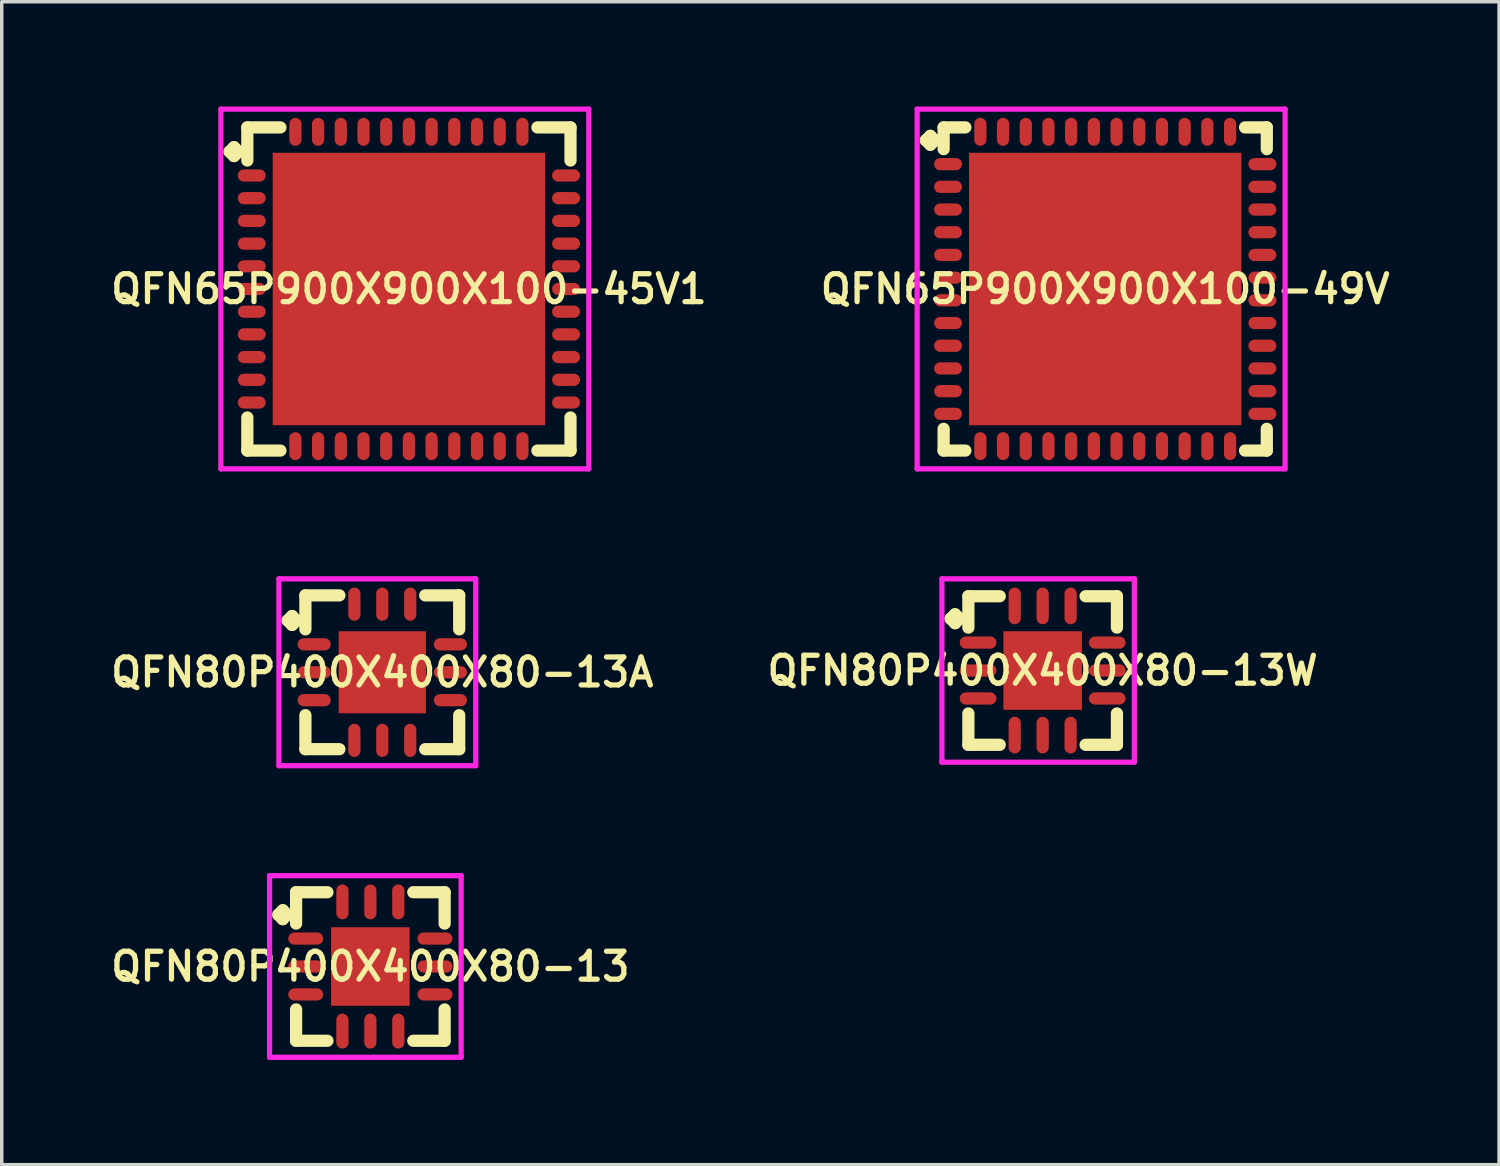
<source format=kicad_pcb>
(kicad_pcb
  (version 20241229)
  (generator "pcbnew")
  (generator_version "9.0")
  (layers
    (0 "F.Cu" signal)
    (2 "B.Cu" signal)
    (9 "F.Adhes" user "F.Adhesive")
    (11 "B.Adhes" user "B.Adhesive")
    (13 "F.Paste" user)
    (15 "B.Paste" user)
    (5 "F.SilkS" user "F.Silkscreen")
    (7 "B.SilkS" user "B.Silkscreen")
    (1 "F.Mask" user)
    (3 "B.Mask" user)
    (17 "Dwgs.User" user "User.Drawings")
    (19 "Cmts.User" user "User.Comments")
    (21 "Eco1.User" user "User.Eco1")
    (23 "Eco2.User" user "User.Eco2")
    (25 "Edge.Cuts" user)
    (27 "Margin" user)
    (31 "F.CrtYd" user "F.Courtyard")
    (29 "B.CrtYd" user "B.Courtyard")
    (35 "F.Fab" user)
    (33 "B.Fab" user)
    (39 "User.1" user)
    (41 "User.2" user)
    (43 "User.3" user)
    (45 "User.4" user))
  (footprint "QFN80P400X400X80-13W"
    (layer "F.Cu")
    (at 26.806 16.15)
    (property "Reference" "QFN80P400X400X80-13W" (at 0 0 0) (layer "F.SilkS") (effects (font (size 0.8 0.8) (thickness 0.15))))
    (attr smd)
    (fp_line (start -2.635 -1.483) (end -2.508 -1.61) (stroke (width 0.35) (type solid)) (layer "F.SilkS"))
    (fp_line (start -2.508 -1.61) (end -2.381 -1.483) (stroke (width 0.35) (type solid)) (layer "F.SilkS"))
    (fp_line (start -2.508 -1.356) (end -2.635 -1.483) (stroke (width 0.35) (type solid)) (layer "F.SilkS"))
    (fp_line (start -2.381 -1.483) (end -2.508 -1.356) (stroke (width 0.35) (type solid)) (layer "F.SilkS"))
    (fp_line (start -2.127 -2.127) (end -1.229 -2.127) (stroke (width 0.35) (type solid)) (layer "F.SilkS"))
    (fp_line (start -2.127 -1.229) (end -2.127 -2.127) (stroke (width 0.35) (type solid)) (layer "F.SilkS"))
    (fp_line (start -2.127 1.229) (end -2.127 2.127) (stroke (width 0.35) (type solid)) (layer "F.SilkS"))
    (fp_line (start -2.127 2.127) (end -1.229 2.127) (stroke (width 0.35) (type solid)) (layer "F.SilkS"))
    (fp_line (start 1.229 -2.127) (end 2.127 -2.127) (stroke (width 0.35) (type solid)) (layer "F.SilkS"))
    (fp_line (start 1.229 2.127) (end 2.127 2.127) (stroke (width 0.35) (type solid)) (layer "F.SilkS"))
    (fp_line (start 2.127 -2.127) (end 2.127 -1.229) (stroke (width 0.35) (type solid)) (layer "F.SilkS"))
    (fp_line (start 2.127 2.127) (end 2.127 1.229) (stroke (width 0.35) (type solid)) (layer "F.SilkS"))
    (fp_line (start -2.885 -2.625) (end 2.625 -2.625) (stroke (width 0.15) (type solid)) (layer "F.CrtYd"))
    (fp_line (start -2.885 2.625) (end -2.885 -2.625) (stroke (width 0.15) (type solid)) (layer "F.CrtYd"))
    (fp_line (start 2.625 -2.625) (end 2.625 2.625) (stroke (width 0.15) (type solid)) (layer "F.CrtYd"))
    (fp_line (start 2.625 2.625) (end -2.885 2.625) (stroke (width 0.15) (type solid)) (layer "F.CrtYd"))
    (pad "1" smd oval (at -1.85 -0.8) (size 1.05 0.35) (layers "F.Cu" "F.Mask" "F.Paste"))
    (pad "2" smd oval (at -1.85 0) (size 1.05 0.35) (layers "F.Cu" "F.Mask" "F.Paste"))
    (pad "3" smd oval (at -1.85 0.8) (size 1.05 0.35) (layers "F.Cu" "F.Mask" "F.Paste"))
    (pad "4" smd oval (at -0.8 1.85) (size 0.35 1.05) (layers "F.Cu" "F.Mask" "F.Paste"))
    (pad "5" smd oval (at 0 1.85) (size 0.35 1.05) (layers "F.Cu" "F.Mask" "F.Paste"))
    (pad "6" smd oval (at 0.8 1.85) (size 0.35 1.05) (layers "F.Cu" "F.Mask" "F.Paste"))
    (pad "7" smd oval (at 1.85 0.8) (size 1.05 0.35) (layers "F.Cu" "F.Mask" "F.Paste"))
    (pad "8" smd oval (at 1.85 0) (size 1.05 0.35) (layers "F.Cu" "F.Mask" "F.Paste"))
    (pad "9" smd oval (at 1.85 -0.8) (size 1.05 0.35) (layers "F.Cu" "F.Mask" "F.Paste"))
    (pad "10" smd oval (at 0.8 -1.85) (size 0.35 1.05) (layers "F.Cu" "F.Mask" "F.Paste"))
    (pad "11" smd oval (at 0 -1.85) (size 0.35 1.05) (layers "F.Cu" "F.Mask" "F.Paste"))
    (pad "12" smd oval (at -0.8 -1.85) (size 0.35 1.05) (layers "F.Cu" "F.Mask" "F.Paste"))
    (pad "13" smd rect (at 0 0) (size 2.25 2.25) (layers "F.Cu" "F.Mask" "F.Paste")))
  (footprint "QFN80P400X400X80-13A"
    (layer "F.Cu")
    (at 7.897 16.2)
    (property "Reference" "QFN80P400X400X80-13A" (at 0 0 0) (layer "F.SilkS") (effects (font (size 0.8 0.8) (thickness 0.15))))
    (attr smd)
    (fp_line (start -2.71 -1.483) (end -2.583 -1.61) (stroke (width 0.35) (type solid)) (layer "F.SilkS"))
    (fp_line (start -2.583 -1.61) (end -2.456 -1.483) (stroke (width 0.35) (type solid)) (layer "F.SilkS"))
    (fp_line (start -2.583 -1.356) (end -2.71 -1.483) (stroke (width 0.35) (type solid)) (layer "F.SilkS"))
    (fp_line (start -2.456 -1.483) (end -2.583 -1.356) (stroke (width 0.35) (type solid)) (layer "F.SilkS"))
    (fp_line (start -2.202 -2.202) (end -1.229 -2.202) (stroke (width 0.35) (type solid)) (layer "F.SilkS"))
    (fp_line (start -2.202 -1.229) (end -2.202 -2.202) (stroke (width 0.35) (type solid)) (layer "F.SilkS"))
    (fp_line (start -2.202 1.229) (end -2.202 2.202) (stroke (width 0.35) (type solid)) (layer "F.SilkS"))
    (fp_line (start -2.202 2.202) (end -1.229 2.202) (stroke (width 0.35) (type solid)) (layer "F.SilkS"))
    (fp_line (start 1.229 -2.202) (end 2.202 -2.202) (stroke (width 0.35) (type solid)) (layer "F.SilkS"))
    (fp_line (start 1.229 2.202) (end 2.202 2.202) (stroke (width 0.35) (type solid)) (layer "F.SilkS"))
    (fp_line (start 2.202 -2.202) (end 2.202 -1.229) (stroke (width 0.35) (type solid)) (layer "F.SilkS"))
    (fp_line (start 2.202 2.202) (end 2.202 1.229) (stroke (width 0.35) (type solid)) (layer "F.SilkS"))
    (fp_line (start -2.96 -2.675) (end 2.675 -2.675) (stroke (width 0.15) (type solid)) (layer "F.CrtYd"))
    (fp_line (start -2.96 2.675) (end -2.96 -2.675) (stroke (width 0.15) (type solid)) (layer "F.CrtYd"))
    (fp_line (start 2.675 -2.675) (end 2.675 2.675) (stroke (width 0.15) (type solid)) (layer "F.CrtYd"))
    (fp_line (start 2.675 2.675) (end -2.96 2.675) (stroke (width 0.15) (type solid)) (layer "F.CrtYd"))
    (pad "1" smd oval (at -1.95 -0.8) (size 0.95 0.35) (layers "F.Cu" "F.Mask" "F.Paste"))
    (pad "2" smd oval (at -1.95 0) (size 0.95 0.35) (layers "F.Cu" "F.Mask" "F.Paste"))
    (pad "3" smd oval (at -1.95 0.8) (size 0.95 0.35) (layers "F.Cu" "F.Mask" "F.Paste"))
    (pad "4" smd oval (at -0.8 1.95) (size 0.35 0.95) (layers "F.Cu" "F.Mask" "F.Paste"))
    (pad "5" smd oval (at 0 1.95) (size 0.35 0.95) (layers "F.Cu" "F.Mask" "F.Paste"))
    (pad "6" smd oval (at 0.8 1.95) (size 0.35 0.95) (layers "F.Cu" "F.Mask" "F.Paste"))
    (pad "7" smd oval (at 1.95 0.8) (size 0.95 0.35) (layers "F.Cu" "F.Mask" "F.Paste"))
    (pad "8" smd oval (at 1.95 0) (size 0.95 0.35) (layers "F.Cu" "F.Mask" "F.Paste"))
    (pad "9" smd oval (at 1.95 -0.8) (size 0.95 0.35) (layers "F.Cu" "F.Mask" "F.Paste"))
    (pad "10" smd oval (at 0.8 -1.95) (size 0.35 0.95) (layers "F.Cu" "F.Mask" "F.Paste"))
    (pad "11" smd oval (at 0 -1.95) (size 0.35 0.95) (layers "F.Cu" "F.Mask" "F.Paste"))
    (pad "12" smd oval (at -0.8 -1.95) (size 0.35 0.95) (layers "F.Cu" "F.Mask" "F.Paste"))
    (pad "13" smd rect (at 0 0) (size 2.5 2.35) (layers "F.Cu" "F.Mask" "F.Paste")))
  (footprint "QFN80P400X400X80-13"
    (layer "F.Cu")
    (at 7.555 24.625)
    (property "Reference" "QFN80P400X400X80-13" (at 0 0 0) (layer "F.SilkS") (effects (font (size 0.8 0.8) (thickness 0.15))))
    (attr smd)
    (fp_line (start -2.635 -1.483) (end -2.508 -1.61) (stroke (width 0.35) (type solid)) (layer "F.SilkS"))
    (fp_line (start -2.508 -1.61) (end -2.381 -1.483) (stroke (width 0.35) (type solid)) (layer "F.SilkS"))
    (fp_line (start -2.508 -1.356) (end -2.635 -1.483) (stroke (width 0.35) (type solid)) (layer "F.SilkS"))
    (fp_line (start -2.381 -1.483) (end -2.508 -1.356) (stroke (width 0.35) (type solid)) (layer "F.SilkS"))
    (fp_line (start -2.127 -2.127) (end -1.229 -2.127) (stroke (width 0.35) (type solid)) (layer "F.SilkS"))
    (fp_line (start -2.127 -1.229) (end -2.127 -2.127) (stroke (width 0.35) (type solid)) (layer "F.SilkS"))
    (fp_line (start -2.127 1.229) (end -2.127 2.127) (stroke (width 0.35) (type solid)) (layer "F.SilkS"))
    (fp_line (start -2.127 2.127) (end -1.229 2.127) (stroke (width 0.35) (type solid)) (layer "F.SilkS"))
    (fp_line (start 1.229 -2.127) (end 2.127 -2.127) (stroke (width 0.35) (type solid)) (layer "F.SilkS"))
    (fp_line (start 1.229 2.127) (end 2.127 2.127) (stroke (width 0.35) (type solid)) (layer "F.SilkS"))
    (fp_line (start 2.127 -2.127) (end 2.127 -1.229) (stroke (width 0.35) (type solid)) (layer "F.SilkS"))
    (fp_line (start 2.127 2.127) (end 2.127 1.229) (stroke (width 0.35) (type solid)) (layer "F.SilkS"))
    (fp_line (start -2.885 -2.6) (end 2.6 -2.6) (stroke (width 0.15) (type solid)) (layer "F.CrtYd"))
    (fp_line (start -2.885 2.6) (end -2.885 -2.6) (stroke (width 0.15) (type solid)) (layer "F.CrtYd"))
    (fp_line (start 2.6 -2.6) (end 2.6 2.6) (stroke (width 0.15) (type solid)) (layer "F.CrtYd"))
    (fp_line (start 2.6 2.6) (end -2.885 2.6) (stroke (width 0.15) (type solid)) (layer "F.CrtYd"))
    (pad "1" smd oval (at -1.85 -0.8) (size 1 0.35) (layers "F.Cu" "F.Mask" "F.Paste"))
    (pad "2" smd oval (at -1.85 0) (size 1 0.35) (layers "F.Cu" "F.Mask" "F.Paste"))
    (pad "3" smd oval (at -1.85 0.8) (size 1 0.35) (layers "F.Cu" "F.Mask" "F.Paste"))
    (pad "4" smd oval (at -0.8 1.85) (size 0.35 1) (layers "F.Cu" "F.Mask" "F.Paste"))
    (pad "5" smd oval (at 0 1.85) (size 0.35 1) (layers "F.Cu" "F.Mask" "F.Paste"))
    (pad "6" smd oval (at 0.8 1.85) (size 0.35 1) (layers "F.Cu" "F.Mask" "F.Paste"))
    (pad "7" smd oval (at 1.85 0.8) (size 1 0.35) (layers "F.Cu" "F.Mask" "F.Paste"))
    (pad "8" smd oval (at 1.85 0) (size 1 0.35) (layers "F.Cu" "F.Mask" "F.Paste"))
    (pad "9" smd oval (at 1.85 -0.8) (size 1 0.35) (layers "F.Cu" "F.Mask" "F.Paste"))
    (pad "10" smd oval (at 0.8 -1.85) (size 0.35 1) (layers "F.Cu" "F.Mask" "F.Paste"))
    (pad "11" smd oval (at 0 -1.85) (size 0.35 1) (layers "F.Cu" "F.Mask" "F.Paste"))
    (pad "12" smd oval (at -0.8 -1.85) (size 0.35 1) (layers "F.Cu" "F.Mask" "F.Paste"))
    (pad "13" smd rect (at 0 0) (size 2.25 2.25) (layers "F.Cu" "F.Mask" "F.Paste")))
  (footprint "QFN65P900X900X100-49V"
    (layer "F.Cu")
    (at 28.597 5.225)
    (property "Reference" "QFN65P900X900X100-49V" (at 0 0 0) (layer "F.SilkS") (effects (font (size 0.8 0.8) (thickness 0.15))))
    (attr smd)
    (fp_line (start -5.135 -4.258) (end -5.008 -4.385) (stroke (width 0.35) (type solid)) (layer "F.SilkS"))
    (fp_line (start -5.008 -4.385) (end -4.881 -4.258) (stroke (width 0.35) (type solid)) (layer "F.SilkS"))
    (fp_line (start -5.008 -4.131) (end -5.135 -4.258) (stroke (width 0.35) (type solid)) (layer "F.SilkS"))
    (fp_line (start -4.881 -4.258) (end -5.008 -4.131) (stroke (width 0.35) (type solid)) (layer "F.SilkS"))
    (fp_line (start -4.627 -4.627) (end -4.004 -4.627) (stroke (width 0.35) (type solid)) (layer "F.SilkS"))
    (fp_line (start -4.627 -4.004) (end -4.627 -4.627) (stroke (width 0.35) (type solid)) (layer "F.SilkS"))
    (fp_line (start -4.627 4.004) (end -4.627 4.627) (stroke (width 0.35) (type solid)) (layer "F.SilkS"))
    (fp_line (start -4.627 4.627) (end -4.004 4.627) (stroke (width 0.35) (type solid)) (layer "F.SilkS"))
    (fp_line (start 4.004 -4.627) (end 4.627 -4.627) (stroke (width 0.35) (type solid)) (layer "F.SilkS"))
    (fp_line (start 4.004 4.627) (end 4.627 4.627) (stroke (width 0.35) (type solid)) (layer "F.SilkS"))
    (fp_line (start 4.627 -4.627) (end 4.627 -4.004) (stroke (width 0.35) (type solid)) (layer "F.SilkS"))
    (fp_line (start 4.627 4.627) (end 4.627 4.004) (stroke (width 0.35) (type solid)) (layer "F.SilkS"))
    (fp_line (start -5.385 -5.15) (end 5.15 -5.15) (stroke (width 0.15) (type solid)) (layer "F.CrtYd"))
    (fp_line (start -5.385 5.15) (end -5.385 -5.15) (stroke (width 0.15) (type solid)) (layer "F.CrtYd"))
    (fp_line (start 5.15 -5.15) (end 5.15 5.15) (stroke (width 0.15) (type solid)) (layer "F.CrtYd"))
    (fp_line (start 5.15 5.15) (end -5.385 5.15) (stroke (width 0.15) (type solid)) (layer "F.CrtYd"))
    (pad "1" smd oval (at -4.5 -3.575) (size 0.8 0.35) (layers "F.Cu" "F.Mask" "F.Paste"))
    (pad "2" smd oval (at -4.5 -2.925) (size 0.8 0.35) (layers "F.Cu" "F.Mask" "F.Paste"))
    (pad "3" smd oval (at -4.5 -2.275) (size 0.8 0.35) (layers "F.Cu" "F.Mask" "F.Paste"))
    (pad "4" smd oval (at -4.5 -1.625) (size 0.8 0.35) (layers "F.Cu" "F.Mask" "F.Paste"))
    (pad "5" smd oval (at -4.5 -0.975) (size 0.8 0.35) (layers "F.Cu" "F.Mask" "F.Paste"))
    (pad "6" smd oval (at -4.5 -0.325) (size 0.8 0.35) (layers "F.Cu" "F.Mask" "F.Paste"))
    (pad "7" smd oval (at -4.5 0.325) (size 0.8 0.35) (layers "F.Cu" "F.Mask" "F.Paste"))
    (pad "8" smd oval (at -4.5 0.975) (size 0.8 0.35) (layers "F.Cu" "F.Mask" "F.Paste"))
    (pad "9" smd oval (at -4.5 1.625) (size 0.8 0.35) (layers "F.Cu" "F.Mask" "F.Paste"))
    (pad "10" smd oval (at -4.5 2.275) (size 0.8 0.35) (layers "F.Cu" "F.Mask" "F.Paste"))
    (pad "11" smd oval (at -4.5 2.925) (size 0.8 0.35) (layers "F.Cu" "F.Mask" "F.Paste"))
    (pad "12" smd oval (at -4.5 3.575) (size 0.8 0.35) (layers "F.Cu" "F.Mask" "F.Paste"))
    (pad "13" smd oval (at -3.575 4.5) (size 0.35 0.8) (layers "F.Cu" "F.Mask" "F.Paste"))
    (pad "14" smd oval (at -2.925 4.5) (size 0.35 0.8) (layers "F.Cu" "F.Mask" "F.Paste"))
    (pad "15" smd oval (at -2.275 4.5) (size 0.35 0.8) (layers "F.Cu" "F.Mask" "F.Paste"))
    (pad "16" smd oval (at -1.625 4.5) (size 0.35 0.8) (layers "F.Cu" "F.Mask" "F.Paste"))
    (pad "17" smd oval (at -0.975 4.5) (size 0.35 0.8) (layers "F.Cu" "F.Mask" "F.Paste"))
    (pad "18" smd oval (at -0.325 4.5) (size 0.35 0.8) (layers "F.Cu" "F.Mask" "F.Paste"))
    (pad "19" smd oval (at 0.325 4.5) (size 0.35 0.8) (layers "F.Cu" "F.Mask" "F.Paste"))
    (pad "20" smd oval (at 0.975 4.5) (size 0.35 0.8) (layers "F.Cu" "F.Mask" "F.Paste"))
    (pad "21" smd oval (at 1.625 4.5) (size 0.35 0.8) (layers "F.Cu" "F.Mask" "F.Paste"))
    (pad "22" smd oval (at 2.275 4.5) (size 0.35 0.8) (layers "F.Cu" "F.Mask" "F.Paste"))
    (pad "23" smd oval (at 2.925 4.5) (size 0.35 0.8) (layers "F.Cu" "F.Mask" "F.Paste"))
    (pad "24" smd oval (at 3.575 4.5) (size 0.35 0.8) (layers "F.Cu" "F.Mask" "F.Paste"))
    (pad "25" smd oval (at 4.5 3.575) (size 0.8 0.35) (layers "F.Cu" "F.Mask" "F.Paste"))
    (pad "26" smd oval (at 4.5 2.925) (size 0.8 0.35) (layers "F.Cu" "F.Mask" "F.Paste"))
    (pad "27" smd oval (at 4.5 2.275) (size 0.8 0.35) (layers "F.Cu" "F.Mask" "F.Paste"))
    (pad "28" smd oval (at 4.5 1.625) (size 0.8 0.35) (layers "F.Cu" "F.Mask" "F.Paste"))
    (pad "29" smd oval (at 4.5 0.975) (size 0.8 0.35) (layers "F.Cu" "F.Mask" "F.Paste"))
    (pad "30" smd oval (at 4.5 0.325) (size 0.8 0.35) (layers "F.Cu" "F.Mask" "F.Paste"))
    (pad "31" smd oval (at 4.5 -0.325) (size 0.8 0.35) (layers "F.Cu" "F.Mask" "F.Paste"))
    (pad "32" smd oval (at 4.5 -0.975) (size 0.8 0.35) (layers "F.Cu" "F.Mask" "F.Paste"))
    (pad "33" smd oval (at 4.5 -1.625) (size 0.8 0.35) (layers "F.Cu" "F.Mask" "F.Paste"))
    (pad "34" smd oval (at 4.5 -2.275) (size 0.8 0.35) (layers "F.Cu" "F.Mask" "F.Paste"))
    (pad "35" smd oval (at 4.5 -2.925) (size 0.8 0.35) (layers "F.Cu" "F.Mask" "F.Paste"))
    (pad "36" smd oval (at 4.5 -3.575) (size 0.8 0.35) (layers "F.Cu" "F.Mask" "F.Paste"))
    (pad "37" smd oval (at 3.575 -4.5) (size 0.35 0.8) (layers "F.Cu" "F.Mask" "F.Paste"))
    (pad "38" smd oval (at 2.925 -4.5) (size 0.35 0.8) (layers "F.Cu" "F.Mask" "F.Paste"))
    (pad "39" smd oval (at 2.275 -4.5) (size 0.35 0.8) (layers "F.Cu" "F.Mask" "F.Paste"))
    (pad "40" smd oval (at 1.625 -4.5) (size 0.35 0.8) (layers "F.Cu" "F.Mask" "F.Paste"))
    (pad "41" smd oval (at 0.975 -4.5) (size 0.35 0.8) (layers "F.Cu" "F.Mask" "F.Paste"))
    (pad "42" smd oval (at 0.325 -4.5) (size 0.35 0.8) (layers "F.Cu" "F.Mask" "F.Paste"))
    (pad "43" smd oval (at -0.325 -4.5) (size 0.35 0.8) (layers "F.Cu" "F.Mask" "F.Paste"))
    (pad "44" smd oval (at -0.975 -4.5) (size 0.35 0.8) (layers "F.Cu" "F.Mask" "F.Paste"))
    (pad "45" smd oval (at -1.625 -4.5) (size 0.35 0.8) (layers "F.Cu" "F.Mask" "F.Paste"))
    (pad "46" smd oval (at -2.275 -4.5) (size 0.35 0.8) (layers "F.Cu" "F.Mask" "F.Paste"))
    (pad "47" smd oval (at -2.925 -4.5) (size 0.35 0.8) (layers "F.Cu" "F.Mask" "F.Paste"))
    (pad "48" smd oval (at -3.575 -4.5) (size 0.35 0.8) (layers "F.Cu" "F.Mask" "F.Paste"))
    (pad "49" smd rect (at 0 0) (size 7.8 7.8) (layers "F.Cu" "F.Mask" "F.Paste")))
  (footprint "QFN65P900X900X100-45V1"
    (layer "F.Cu")
    (at 8.659 5.225)
    (property "Reference" "QFN65P900X900X100-45V1" (at 0 0 0) (layer "F.SilkS") (effects (font (size 0.8 0.8) (thickness 0.15))))
    (attr smd)
    (fp_line (start -5.135 -3.933) (end -5.008 -4.06) (stroke (width 0.35) (type solid)) (layer "F.SilkS"))
    (fp_line (start -5.008 -4.06) (end -4.881 -3.933) (stroke (width 0.35) (type solid)) (layer "F.SilkS"))
    (fp_line (start -5.008 -3.806) (end -5.135 -3.933) (stroke (width 0.35) (type solid)) (layer "F.SilkS"))
    (fp_line (start -4.881 -3.933) (end -5.008 -3.806) (stroke (width 0.35) (type solid)) (layer "F.SilkS"))
    (fp_line (start -4.627 -4.627) (end -3.679 -4.627) (stroke (width 0.35) (type solid)) (layer "F.SilkS"))
    (fp_line (start -4.627 -3.679) (end -4.627 -4.627) (stroke (width 0.35) (type solid)) (layer "F.SilkS"))
    (fp_line (start -4.627 3.679) (end -4.627 4.627) (stroke (width 0.35) (type solid)) (layer "F.SilkS"))
    (fp_line (start -4.627 4.627) (end -3.679 4.627) (stroke (width 0.35) (type solid)) (layer "F.SilkS"))
    (fp_line (start 3.679 -4.627) (end 4.627 -4.627) (stroke (width 0.35) (type solid)) (layer "F.SilkS"))
    (fp_line (start 3.679 4.627) (end 4.627 4.627) (stroke (width 0.35) (type solid)) (layer "F.SilkS"))
    (fp_line (start 4.627 -4.627) (end 4.627 -3.679) (stroke (width 0.35) (type solid)) (layer "F.SilkS"))
    (fp_line (start 4.627 4.627) (end 4.627 3.679) (stroke (width 0.35) (type solid)) (layer "F.SilkS"))
    (fp_line (start -5.385 -5.15) (end 5.15 -5.15) (stroke (width 0.15) (type solid)) (layer "F.CrtYd"))
    (fp_line (start -5.385 5.15) (end -5.385 -5.15) (stroke (width 0.15) (type solid)) (layer "F.CrtYd"))
    (fp_line (start 5.15 -5.15) (end 5.15 5.15) (stroke (width 0.15) (type solid)) (layer "F.CrtYd"))
    (fp_line (start 5.15 5.15) (end -5.385 5.15) (stroke (width 0.15) (type solid)) (layer "F.CrtYd"))
    (pad "1" smd oval (at -4.5 -3.25) (size 0.8 0.35) (layers "F.Cu" "F.Mask" "F.Paste"))
    (pad "2" smd oval (at -4.5 -2.6) (size 0.8 0.35) (layers "F.Cu" "F.Mask" "F.Paste"))
    (pad "3" smd oval (at -4.5 -1.95) (size 0.8 0.35) (layers "F.Cu" "F.Mask" "F.Paste"))
    (pad "4" smd oval (at -4.5 -1.3) (size 0.8 0.35) (layers "F.Cu" "F.Mask" "F.Paste"))
    (pad "5" smd oval (at -4.5 -0.65) (size 0.8 0.35) (layers "F.Cu" "F.Mask" "F.Paste"))
    (pad "6" smd oval (at -4.5 0) (size 0.8 0.35) (layers "F.Cu" "F.Mask" "F.Paste"))
    (pad "7" smd oval (at -4.5 0.65) (size 0.8 0.35) (layers "F.Cu" "F.Mask" "F.Paste"))
    (pad "8" smd oval (at -4.5 1.3) (size 0.8 0.35) (layers "F.Cu" "F.Mask" "F.Paste"))
    (pad "9" smd oval (at -4.5 1.95) (size 0.8 0.35) (layers "F.Cu" "F.Mask" "F.Paste"))
    (pad "10" smd oval (at -4.5 2.6) (size 0.8 0.35) (layers "F.Cu" "F.Mask" "F.Paste"))
    (pad "11" smd oval (at -4.5 3.25) (size 0.8 0.35) (layers "F.Cu" "F.Mask" "F.Paste"))
    (pad "12" smd oval (at -3.25 4.5) (size 0.35 0.8) (layers "F.Cu" "F.Mask" "F.Paste"))
    (pad "13" smd oval (at -2.6 4.5) (size 0.35 0.8) (layers "F.Cu" "F.Mask" "F.Paste"))
    (pad "14" smd oval (at -1.95 4.5) (size 0.35 0.8) (layers "F.Cu" "F.Mask" "F.Paste"))
    (pad "15" smd oval (at -1.3 4.5) (size 0.35 0.8) (layers "F.Cu" "F.Mask" "F.Paste"))
    (pad "16" smd oval (at -0.65 4.5) (size 0.35 0.8) (layers "F.Cu" "F.Mask" "F.Paste"))
    (pad "17" smd oval (at 0 4.5) (size 0.35 0.8) (layers "F.Cu" "F.Mask" "F.Paste"))
    (pad "18" smd oval (at 0.65 4.5) (size 0.35 0.8) (layers "F.Cu" "F.Mask" "F.Paste"))
    (pad "19" smd oval (at 1.3 4.5) (size 0.35 0.8) (layers "F.Cu" "F.Mask" "F.Paste"))
    (pad "20" smd oval (at 1.95 4.5) (size 0.35 0.8) (layers "F.Cu" "F.Mask" "F.Paste"))
    (pad "21" smd oval (at 2.6 4.5) (size 0.35 0.8) (layers "F.Cu" "F.Mask" "F.Paste"))
    (pad "22" smd oval (at 3.25 4.5) (size 0.35 0.8) (layers "F.Cu" "F.Mask" "F.Paste"))
    (pad "23" smd oval (at 4.5 3.25) (size 0.8 0.35) (layers "F.Cu" "F.Mask" "F.Paste"))
    (pad "24" smd oval (at 4.5 2.6) (size 0.8 0.35) (layers "F.Cu" "F.Mask" "F.Paste"))
    (pad "25" smd oval (at 4.5 1.95) (size 0.8 0.35) (layers "F.Cu" "F.Mask" "F.Paste"))
    (pad "26" smd oval (at 4.5 1.3) (size 0.8 0.35) (layers "F.Cu" "F.Mask" "F.Paste"))
    (pad "27" smd oval (at 4.5 0.65) (size 0.8 0.35) (layers "F.Cu" "F.Mask" "F.Paste"))
    (pad "28" smd oval (at 4.5 0) (size 0.8 0.35) (layers "F.Cu" "F.Mask" "F.Paste"))
    (pad "29" smd oval (at 4.5 -0.65) (size 0.8 0.35) (layers "F.Cu" "F.Mask" "F.Paste"))
    (pad "30" smd oval (at 4.5 -1.3) (size 0.8 0.35) (layers "F.Cu" "F.Mask" "F.Paste"))
    (pad "31" smd oval (at 4.5 -1.95) (size 0.8 0.35) (layers "F.Cu" "F.Mask" "F.Paste"))
    (pad "32" smd oval (at 4.5 -2.6) (size 0.8 0.35) (layers "F.Cu" "F.Mask" "F.Paste"))
    (pad "33" smd oval (at 4.5 -3.25) (size 0.8 0.35) (layers "F.Cu" "F.Mask" "F.Paste"))
    (pad "34" smd oval (at 3.25 -4.5) (size 0.35 0.8) (layers "F.Cu" "F.Mask" "F.Paste"))
    (pad "35" smd oval (at 2.6 -4.5) (size 0.35 0.8) (layers "F.Cu" "F.Mask" "F.Paste"))
    (pad "36" smd oval (at 1.95 -4.5) (size 0.35 0.8) (layers "F.Cu" "F.Mask" "F.Paste"))
    (pad "37" smd oval (at 1.3 -4.5) (size 0.35 0.8) (layers "F.Cu" "F.Mask" "F.Paste"))
    (pad "38" smd oval (at 0.65 -4.5) (size 0.35 0.8) (layers "F.Cu" "F.Mask" "F.Paste"))
    (pad "39" smd oval (at 0 -4.5) (size 0.35 0.8) (layers "F.Cu" "F.Mask" "F.Paste"))
    (pad "40" smd oval (at -0.65 -4.5) (size 0.35 0.8) (layers "F.Cu" "F.Mask" "F.Paste"))
    (pad "41" smd oval (at -1.3 -4.5) (size 0.35 0.8) (layers "F.Cu" "F.Mask" "F.Paste"))
    (pad "42" smd oval (at -1.95 -4.5) (size 0.35 0.8) (layers "F.Cu" "F.Mask" "F.Paste"))
    (pad "43" smd oval (at -2.6 -4.5) (size 0.35 0.8) (layers "F.Cu" "F.Mask" "F.Paste"))
    (pad "44" smd oval (at -3.25 -4.5) (size 0.35 0.8) (layers "F.Cu" "F.Mask" "F.Paste"))
    (pad "45" smd rect (at 0 0) (size 7.8 7.8) (layers "F.Cu" "F.Mask" "F.Paste")))
  (gr_rect
    (start -3 -3)
    (end 39.875 30.3)
    (stroke (width 0.1) (type default))
    (fill no)
    (layer "Edge.Cuts")))
</source>
